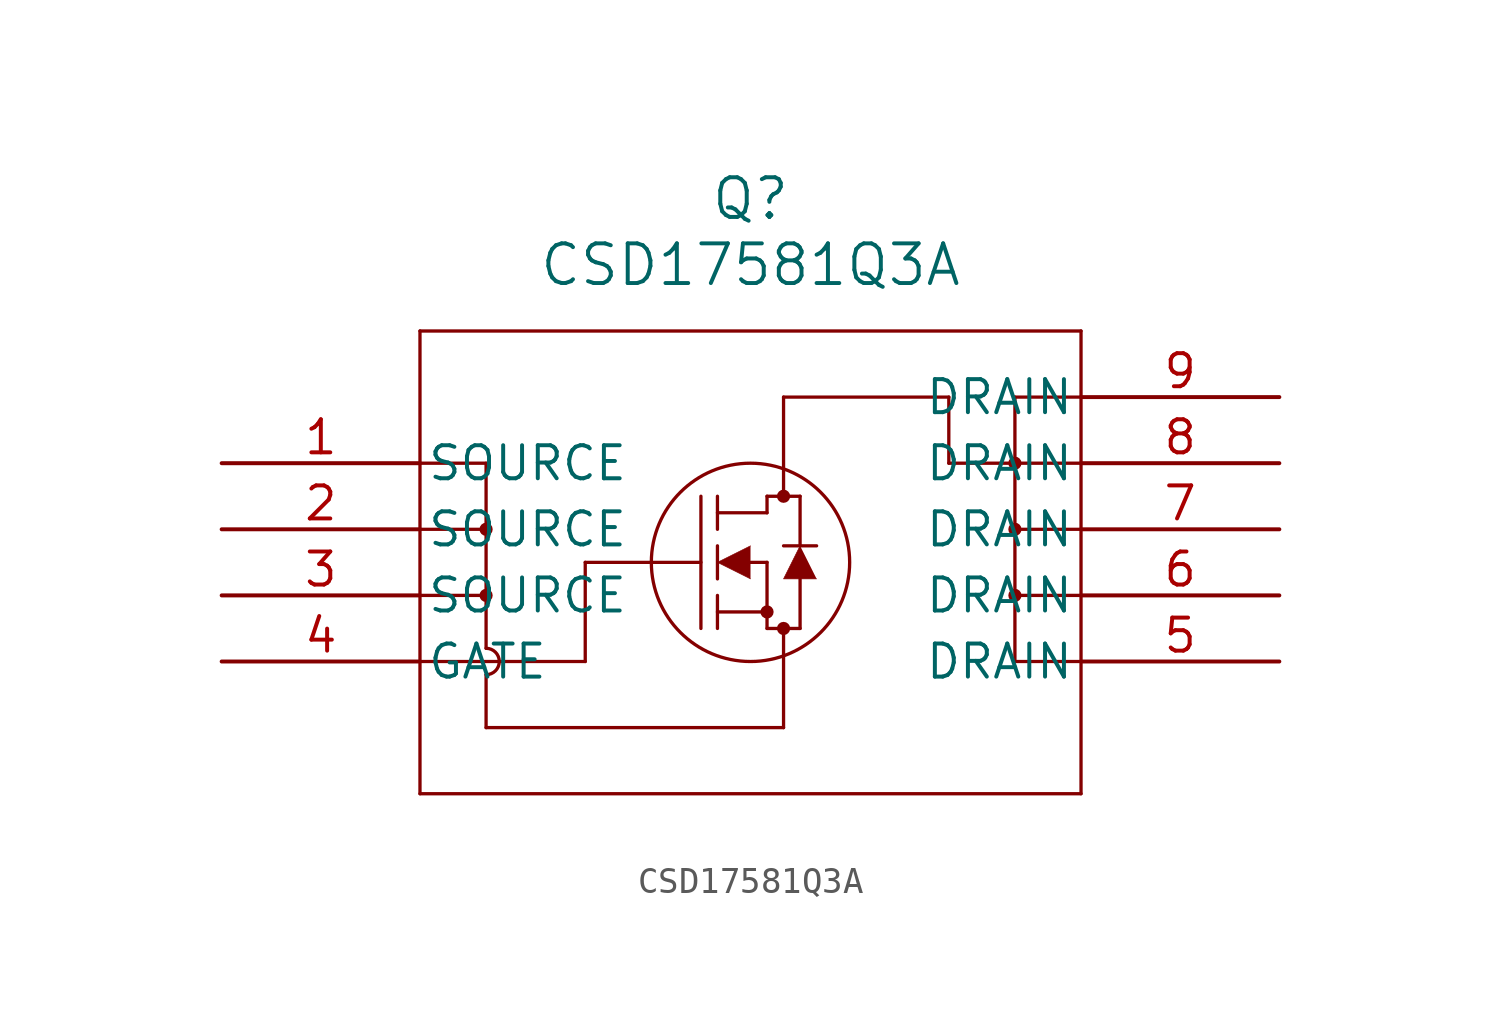
<source format=kicad_sym>
(kicad_symbol_lib
  (version 20211014)
  (generator kicad_symbol_editor)
  (symbol "CSD17581Q3A"
    (pin_names
      (offset 0.254))
    (property "Reference" "Q"
      (at 20.32 10.16 0)
      (effects (font (size 1.524 1.524))))
    (property "Value" "CSD17581Q3A"
      (at 20.32 7.62 0)
      (effects (font (size 1.524 1.524))))
    (symbol "CSD17581Q3A_0_1"
      (polyline (pts (xy 7.62 5.08) (xy 7.62 -12.7)) (stroke (width 0.127) (type default) (color 0 0 0 0)) (fill (type none)))
      (polyline (pts (xy 7.62 -12.7) (xy 33.02 -12.7)) (stroke (width 0.127) (type default) (color 0 0 0 0)) (fill (type none)))
      (polyline (pts (xy 33.02 -12.7) (xy 33.02 5.08)) (stroke (width 0.127) (type default) (color 0 0 0 0)) (fill (type none)))
      (polyline (pts (xy 33.02 5.08) (xy 7.62 5.08)) (stroke (width 0.127) (type default) (color 0 0 0 0)) (fill (type none)))
      (circle (center 21.59 -1.27) (radius 0.127) (stroke (width 0.254) (type default) (color 0 0 0 0)) (fill (type none)))
      (circle (center 21.59 -6.35) (radius 0.127) (stroke (width 0.254) (type default) (color 0 0 0 0)) (fill (type none)))
      (circle (center 20.955 -5.715) (radius 0.127) (stroke (width 0.254) (type default) (color 0 0 0 0)) (fill (type none)))
      (circle (center 20.32 -3.81) (radius 3.81) (stroke (width 0.127) (type default) (color 0 0 0 0)) (fill (type none)))
      (polyline (pts (xy 13.97 -3.81) (xy 18.415 -3.81)) (stroke (width 0.127) (type default) (color 0 0 0 0)) (fill (type none)))
      (polyline (pts (xy 18.415 -6.35) (xy 18.415 -1.27)) (stroke (width 0.127) (type default) (color 0 0 0 0)) (fill (type none)))
      (polyline (pts (xy 19.05 -4.445) (xy 19.05 -3.175)) (stroke (width 0.127) (type default) (color 0 0 0 0)) (fill (type none)))
      (polyline (pts (xy 19.05 -6.35) (xy 19.05 -5.08)) (stroke (width 0.127) (type default) (color 0 0 0 0)) (fill (type none)))
      (polyline (pts (xy 19.05 -2.54) (xy 19.05 -1.27)) (stroke (width 0.127) (type default) (color 0 0 0 0)) (fill (type none)))
      (polyline (pts (xy 20.32 -3.81) (xy 20.955 -3.81)) (stroke (width 0.127) (type default) (color 0 0 0 0)) (fill (type none)))
      (polyline (pts (xy 19.05 -5.715) (xy 20.955 -5.715)) (stroke (width 0.127) (type default) (color 0 0 0 0)) (fill (type none)))
      (polyline (pts (xy 20.955 -6.35) (xy 20.955 -3.81)) (stroke (width 0.127) (type default) (color 0 0 0 0)) (fill (type none)))
      (polyline (pts (xy 20.955 -6.35) (xy 22.225 -6.35)) (stroke (width 0.127) (type default) (color 0 0 0 0)) (fill (type none)))
      (polyline (pts (xy 19.05 -1.905) (xy 20.955 -1.905)) (stroke (width 0.127) (type default) (color 0 0 0 0)) (fill (type none)))
      (polyline (pts (xy 22.225 -3.175) (xy 22.225 -1.27)) (stroke (width 0.127) (type default) (color 0 0 0 0)) (fill (type none)))
      (polyline (pts (xy 22.225 -6.35) (xy 22.225 -4.445)) (stroke (width 0.127) (type default) (color 0 0 0 0)) (fill (type none)))
      (polyline (pts (xy 22.86 -3.175) (xy 21.59 -3.175)) (stroke (width 0.127) (type default) (color 0 0 0 0)) (fill (type none)))
      (polyline (pts (xy 20.955 -1.27) (xy 22.225 -1.27)) (stroke (width 0.127) (type default) (color 0 0 0 0)) (fill (type none)))
      (polyline (pts (xy 20.955 -1.905) (xy 20.955 -1.27)) (stroke (width 0.127) (type default) (color 0 0 0 0)) (fill (type none)))
      (polyline (pts (xy 20.32 -3.175) (xy 19.05 -3.81) (xy 20.32 -4.445)) (stroke (width 0.025) (type default) (color 0 0 0 0)) (fill (type outline)))
      (polyline (pts (xy 22.86 -4.445) (xy 21.59 -4.445) (xy 22.225 -3.175)) (stroke (width 0.025) (type default) (color 0 0 0 0)) (fill (type outline)))
      (polyline (pts (xy 7.62 -7.62) (xy 13.97 -7.62)) (stroke (width 0.127) (type default) (color 0 0 0 0)) (fill (type none)))
      (polyline (pts (xy 13.97 -7.62) (xy 13.97 -3.81)) (stroke (width 0.127) (type default) (color 0 0 0 0)) (fill (type none)))
      (polyline (pts (xy 7.62 0) (xy 10.16 0)) (stroke (width 0.127) (type default) (color 0 0 0 0)) (fill (type none)))
      (polyline (pts (xy 7.62 -2.54) (xy 10.16 -2.54)) (stroke (width 0.127) (type default) (color 0 0 0 0)) (fill (type none)))
      (polyline (pts (xy 7.62 -5.08) (xy 10.16 -5.08)) (stroke (width 0.127) (type default) (color 0 0 0 0)) (fill (type none)))
      (polyline (pts (xy 10.16 0) (xy 10.16 -7.112)) (stroke (width 0.127) (type default) (color 0 0 0 0)) (fill (type none)))
      (polyline (pts (xy 10.16 -8.128) (xy 10.16 -10.16)) (stroke (width 0.127) (type default) (color 0 0 0 0)) (fill (type none)))
      (polyline (pts (xy 10.16 -10.16) (xy 21.59 -10.16)) (stroke (width 0.127) (type default) (color 0 0 0 0)) (fill (type none)))
      (polyline (pts (xy 21.59 -10.16) (xy 21.59 -6.35)) (stroke (width 0.127) (type default) (color 0 0 0 0)) (fill (type none)))
      (polyline (pts (xy 33.02 -7.62) (xy 30.48 -7.62)) (stroke (width 0.127) (type default) (color 0 0 0 0)) (fill (type none)))
      (polyline (pts (xy 30.48 -7.62) (xy 30.48 0)) (stroke (width 0.127) (type default) (color 0 0 0 0)) (fill (type none)))
      (polyline (pts (xy 33.02 -5.08) (xy 30.48 -5.08)) (stroke (width 0.127) (type default) (color 0 0 0 0)) (fill (type none)))
      (polyline (pts (xy 33.02 -2.54) (xy 30.48 -2.54)) (stroke (width 0.127) (type default) (color 0 0 0 0)) (fill (type none)))
      (polyline (pts (xy 33.02 0) (xy 27.94 0)) (stroke (width 0.127) (type default) (color 0 0 0 0)) (fill (type none)))
      (polyline (pts (xy 27.94 0) (xy 27.94 2.54)) (stroke (width 0.127) (type default) (color 0 0 0 0)) (fill (type none)))
      (polyline (pts (xy 27.94 2.54) (xy 21.59 2.54)) (stroke (width 0.127) (type default) (color 0 0 0 0)) (fill (type none)))
      (polyline (pts (xy 21.59 2.54) (xy 21.59 -1.27)) (stroke (width 0.127) (type default) (color 0 0 0 0)) (fill (type none)))
      (arc (start 10.16 -8.128) (mid 10.668 -7.62) (end 10.16 -7.112) (stroke (width 0.127) (type default) (color 0 0 0 0)) (fill (type none)))
      (circle (center 10.16 -2.54) (radius 0.127) (stroke (width 0.254) (type default) (color 0 0 0 0)) (fill (type none)))
      (circle (center 10.16 -5.08) (radius 0.127) (stroke (width 0.254) (type default) (color 0 0 0 0)) (fill (type none)))
      (circle (center 30.48 0) (radius 0.127) (stroke (width 0.254) (type default) (color 0 0 0 0)) (fill (type none)))
      (circle (center 30.48 -2.54) (radius 0.127) (stroke (width 0.254) (type default) (color 0 0 0 0)) (fill (type none)))
      (circle (center 30.48 -5.08) (radius 0.127) (stroke (width 0.254) (type default) (color 0 0 0 0)) (fill (type none)))
      (polyline (pts (xy 30.48 0) (xy 30.48 2.54)) (stroke (width 0.127) (type default) (color 0 0 0 0)) (fill (type none)))
      (polyline (pts (xy 30.48 2.54) (xy 33.02 2.54)) (stroke (width 0.127) (type default) (color 0 0 0 0)) (fill (type none)))
      (pin unspecified line (at 0 0 0) (length 7.62) (name "SOURCE" (effects (font (size 1.27 1.27)))) (number "1" (effects (font (size 1.27 1.27)))))
      (pin unspecified line (at 0 -2.54 0) (length 7.62) (name "SOURCE" (effects (font (size 1.27 1.27)))) (number "2" (effects (font (size 1.27 1.27)))))
      (pin unspecified line (at 0 -5.08 0) (length 7.62) (name "SOURCE" (effects (font (size 1.27 1.27)))) (number "3" (effects (font (size 1.27 1.27)))))
      (pin unspecified line (at 0 -7.62 0) (length 7.62) (name "GATE" (effects (font (size 1.27 1.27)))) (number "4" (effects (font (size 1.27 1.27)))))
      (pin unspecified line (at 40.64 -7.62 180) (length 7.62) (name "DRAIN" (effects (font (size 1.27 1.27)))) (number "5" (effects (font (size 1.27 1.27)))))
      (pin unspecified line (at 40.64 -5.08 180) (length 7.62) (name "DRAIN" (effects (font (size 1.27 1.27)))) (number "6" (effects (font (size 1.27 1.27)))))
      (pin unspecified line (at 40.64 -2.54 180) (length 7.62) (name "DRAIN" (effects (font (size 1.27 1.27)))) (number "7" (effects (font (size 1.27 1.27)))))
      (pin unspecified line (at 40.64 0 180) (length 7.62) (name "DRAIN" (effects (font (size 1.27 1.27)))) (number "8" (effects (font (size 1.27 1.27)))))
      (pin unspecified line (at 40.64 2.54 180) (length 7.62) (name "DRAIN" (effects (font (size 1.27 1.27)))) (number "9" (effects (font (size 1.27 1.27))))))))
</source>
